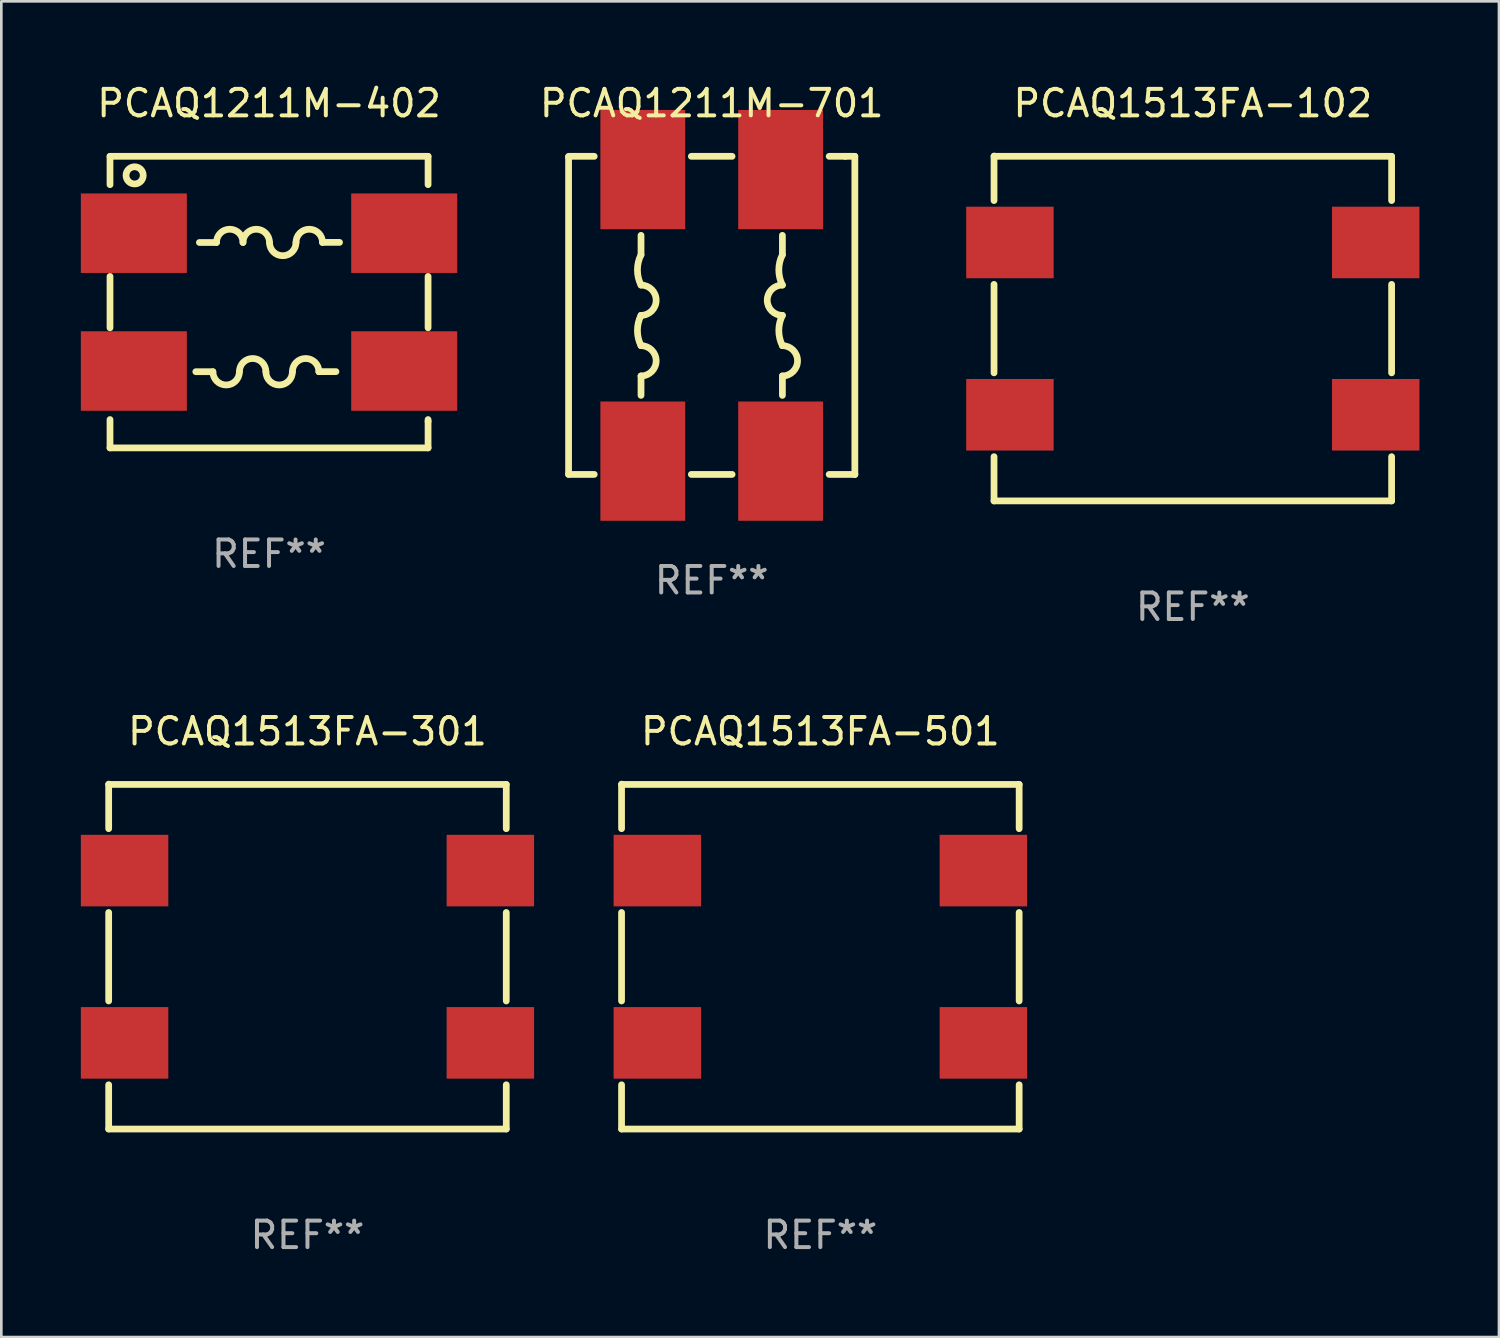
<source format=kicad_pcb>
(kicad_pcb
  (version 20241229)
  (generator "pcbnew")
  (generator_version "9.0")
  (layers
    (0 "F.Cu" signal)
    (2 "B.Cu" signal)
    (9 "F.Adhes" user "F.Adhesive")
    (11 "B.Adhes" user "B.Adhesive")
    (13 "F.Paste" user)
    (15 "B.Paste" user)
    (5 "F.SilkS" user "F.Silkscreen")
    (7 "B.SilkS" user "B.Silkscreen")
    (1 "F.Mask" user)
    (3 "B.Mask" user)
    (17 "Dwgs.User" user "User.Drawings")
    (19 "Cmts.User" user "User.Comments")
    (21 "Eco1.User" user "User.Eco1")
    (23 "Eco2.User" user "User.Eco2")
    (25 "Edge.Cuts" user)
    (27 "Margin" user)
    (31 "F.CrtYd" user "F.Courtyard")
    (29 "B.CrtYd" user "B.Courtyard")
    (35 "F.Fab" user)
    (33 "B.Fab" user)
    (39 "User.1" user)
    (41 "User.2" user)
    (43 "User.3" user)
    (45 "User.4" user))
  (footprint "PCAQ1513FA-301"
    (layer "F.Cu")
    (at 8.55 33.045)
    (property "Reference" "PCAQ1513FA-301" (at 0 -8.5 0) (layer "F.SilkS") (effects (font (size 1 1) (thickness 0.15))))
    (attr through_hole)
    (fp_line (start -7.5 -6.5) (end 7.5 -6.5) (stroke (width 0.254) (type solid)) (layer "F.SilkS"))
    (fp_line (start -7.5 -4.831) (end -7.5 -6.5) (stroke (width 0.254) (type solid)) (layer "F.SilkS"))
    (fp_line (start -7.5 1.669) (end -7.5 -1.669) (stroke (width 0.254) (type solid)) (layer "F.SilkS"))
    (fp_line (start -7.5 6.5) (end -7.5 4.831) (stroke (width 0.254) (type solid)) (layer "F.SilkS"))
    (fp_line (start 7.5 -6.5) (end 7.5 -4.831) (stroke (width 0.254) (type solid)) (layer "F.SilkS"))
    (fp_line (start 7.5 -1.669) (end 7.5 1.669) (stroke (width 0.254) (type solid)) (layer "F.SilkS"))
    (fp_line (start 7.5 4.831) (end 7.5 6.5) (stroke (width 0.254) (type solid)) (layer "F.SilkS"))
    (fp_line (start 7.5 6.5) (end -7.5 6.5) (stroke (width 0.254) (type solid)) (layer "F.SilkS"))
    (fp_circle (center -7.493 -6.52) (end -7.433 -6.52) (stroke (width 0.12) (type solid)) (fill no) (layer "F.SilkS"))
    (fp_text user "REF**" (at 0 10.5 0) (layer "F.Fab") (effects (font (size 1 1) (thickness 0.15))))
    (pad "1" smd rect (at -6.9 -3.25) (size 3.3 2.7) (layers "F.Cu" "F.Mask" "F.Paste"))
    (pad "2" smd rect (at -6.9 3.25) (size 3.3 2.7) (layers "F.Cu" "F.Mask" "F.Paste"))
    (pad "3" smd rect (at 6.9 3.25) (size 3.3 2.7) (layers "F.Cu" "F.Mask" "F.Paste"))
    (pad "4" smd rect (at 6.9 -3.25) (size 3.3 2.7) (layers "F.Cu" "F.Mask" "F.Paste")))
  (footprint "PCAQ1211M-701"
    (layer "F.Cu")
    (at 23.801 8.848)
    (property "Reference" "PCAQ1211M-701" (at 0 -8 0) (layer "F.SilkS") (effects (font (size 1 1) (thickness 0.15))))
    (attr through_hole)
    (fp_line (start -5.4 -5.97) (end -5.38 -5.99) (stroke (width 0.254) (type solid)) (layer "F.SilkS"))
    (fp_line (start -5.4 6) (end -5.4 -5.97) (stroke (width 0.254) (type solid)) (layer "F.SilkS"))
    (fp_line (start -5.4 6) (end -4.432 6) (stroke (width 0.254) (type solid)) (layer "F.SilkS"))
    (fp_line (start -4.432 -6) (end -5.4 -6) (stroke (width 0.254) (type solid)) (layer "F.SilkS"))
    (fp_line (start -2.667 -2.286) (end -2.667 -3.019) (stroke (width 0.254) (type solid)) (layer "F.SilkS"))
    (fp_line (start -2.667 2.286) (end -2.667 3.019) (stroke (width 0.254) (type solid)) (layer "F.SilkS"))
    (fp_line (start -0.769 6) (end 0.769 6) (stroke (width 0.254) (type solid)) (layer "F.SilkS"))
    (fp_line (start 0.768 -6) (end -0.769 -6) (stroke (width 0.254) (type solid)) (layer "F.SilkS"))
    (fp_line (start 2.667 -2.286) (end 2.667 -3.019) (stroke (width 0.254) (type solid)) (layer "F.SilkS"))
    (fp_line (start 2.667 2.286) (end 2.667 3.019) (stroke (width 0.254) (type solid)) (layer "F.SilkS"))
    (fp_line (start 4.431 6) (end 5.4 6) (stroke (width 0.254) (type solid)) (layer "F.SilkS"))
    (fp_line (start 5.037 -6) (end 4.431 -6) (stroke (width 0.254) (type solid)) (layer "F.SilkS"))
    (fp_line (start 5.037 -6) (end 5.4 -6) (stroke (width 0.254) (type solid)) (layer "F.SilkS"))
    (fp_line (start 5.4 6) (end 5.4 5.999) (stroke (width 0.254) (type solid)) (layer "F.SilkS"))
    (fp_line (start 5.4 -6) (end 5.4 5.999) (stroke (width 0.254) (type solid)) (layer "F.SilkS"))
    (fp_arc (start -2.667412 -1.143129) (mid -2.802325 -1.71463) (end -2.667412 -2.286132) (stroke (width 0.254001) (type solid)) (layer "F.SilkS"))
    (fp_arc (start -2.667412 1.14285) (mid -2.802317 0.571374) (end -2.667412 -0.000102) (stroke (width 0.254001) (type solid)) (layer "F.SilkS"))
    (fp_arc (start -2.667411 -1.143128) (mid -2.095911 -0.571614) (end -2.667412 -0.000102) (stroke (width 0.254001) (type solid)) (layer "F.SilkS"))
    (fp_arc (start -2.667411 1.14285) (mid -2.09591 1.714365) (end -2.667412 2.285878) (stroke (width 0.254001) (type solid)) (layer "F.SilkS"))
    (fp_arc (start 2.666598 -1.14313) (mid 2.531685 -1.714631) (end 2.666599 -2.286132) (stroke (width 0.254001) (type solid)) (layer "F.SilkS"))
    (fp_arc (start 2.666599 -0.000127) (mid 2.095098 -0.571628) (end 2.666599 -1.143129) (stroke (width 0.254001) (type solid)) (layer "F.SilkS"))
    (fp_arc (start 2.666599 1.142874) (mid 3.238101 1.714376) (end 2.666599 2.285878) (stroke (width 0.254001) (type solid)) (layer "F.SilkS"))
    (fp_arc (start 2.666599 1.142875) (mid 2.531686 0.571374) (end 2.666599 -0.000127) (stroke (width 0.254001) (type solid)) (layer "F.SilkS"))
    (fp_circle (center -5.4 6) (end -5.37 6) (stroke (width 0.06) (type solid)) (fill no) (layer "F.SilkS"))
    (fp_text user "REF**" (at 0 10 0) (layer "F.Fab") (effects (font (size 1 1) (thickness 0.15))))
    (pad "1" smd rect (at -2.6 5.5) (size 3.2 4.5) (layers "F.Cu" "F.Mask" "F.Paste"))
    (pad "2" smd rect (at 2.6 5.5) (size 3.2 4.5) (layers "F.Cu" "F.Mask" "F.Paste"))
    (pad "3" smd rect (at 2.6 -5.5) (size 3.2 4.5) (layers "F.Cu" "F.Mask" "F.Paste"))
    (pad "4" smd rect (at -2.6 -5.5) (size 3.2 4.5) (layers "F.Cu" "F.Mask" "F.Paste")))
  (footprint "PCAQ1513FA-501"
    (layer "F.Cu")
    (at 27.9 33.045)
    (property "Reference" "PCAQ1513FA-501" (at 0 -8.5 0) (layer "F.SilkS") (effects (font (size 1 1) (thickness 0.15))))
    (attr through_hole)
    (fp_line (start -7.5 -6.5) (end 7.5 -6.5) (stroke (width 0.254) (type solid)) (layer "F.SilkS"))
    (fp_line (start -7.5 -4.831) (end -7.5 -6.5) (stroke (width 0.254) (type solid)) (layer "F.SilkS"))
    (fp_line (start -7.5 1.669) (end -7.5 -1.669) (stroke (width 0.254) (type solid)) (layer "F.SilkS"))
    (fp_line (start -7.5 6.5) (end -7.5 4.831) (stroke (width 0.254) (type solid)) (layer "F.SilkS"))
    (fp_line (start 7.5 -6.5) (end 7.5 -4.831) (stroke (width 0.254) (type solid)) (layer "F.SilkS"))
    (fp_line (start 7.5 -1.669) (end 7.5 1.669) (stroke (width 0.254) (type solid)) (layer "F.SilkS"))
    (fp_line (start 7.5 4.831) (end 7.5 6.5) (stroke (width 0.254) (type solid)) (layer "F.SilkS"))
    (fp_line (start 7.5 6.5) (end -7.5 6.5) (stroke (width 0.254) (type solid)) (layer "F.SilkS"))
    (fp_circle (center -7.493 -6.52) (end -7.433 -6.52) (stroke (width 0.12) (type solid)) (fill no) (layer "F.SilkS"))
    (fp_text user "REF**" (at 0 10.5 0) (layer "F.Fab") (effects (font (size 1 1) (thickness 0.15))))
    (pad "1" smd rect (at -6.15 -3.25) (size 3.3 2.7) (layers "F.Cu" "F.Mask" "F.Paste"))
    (pad "2" smd rect (at -6.15 3.25) (size 3.3 2.7) (layers "F.Cu" "F.Mask" "F.Paste"))
    (pad "3" smd rect (at 6.15 3.25) (size 3.3 2.7) (layers "F.Cu" "F.Mask" "F.Paste"))
    (pad "4" smd rect (at 6.15 -3.25) (size 3.3 2.7) (layers "F.Cu" "F.Mask" "F.Paste")))
  (footprint "PCAQ1513FA-102"
    (layer "F.Cu")
    (at 41.952 9.348)
    (property "Reference" "PCAQ1513FA-102" (at 0 -8.5 0) (layer "F.SilkS") (effects (font (size 1 1) (thickness 0.15))))
    (attr through_hole)
    (fp_line (start -7.5 -6.5) (end 7.5 -6.5) (stroke (width 0.254) (type solid)) (layer "F.SilkS"))
    (fp_line (start -7.5 -4.831) (end -7.5 -6.5) (stroke (width 0.254) (type solid)) (layer "F.SilkS"))
    (fp_line (start -7.5 1.669) (end -7.5 -1.669) (stroke (width 0.254) (type solid)) (layer "F.SilkS"))
    (fp_line (start -7.5 6.5) (end -7.5 4.831) (stroke (width 0.254) (type solid)) (layer "F.SilkS"))
    (fp_line (start 7.5 -6.5) (end 7.5 -4.831) (stroke (width 0.254) (type solid)) (layer "F.SilkS"))
    (fp_line (start 7.5 -1.669) (end 7.5 1.669) (stroke (width 0.254) (type solid)) (layer "F.SilkS"))
    (fp_line (start 7.5 4.831) (end 7.5 6.5) (stroke (width 0.254) (type solid)) (layer "F.SilkS"))
    (fp_line (start 7.5 6.5) (end -7.5 6.5) (stroke (width 0.254) (type solid)) (layer "F.SilkS"))
    (fp_circle (center -7.493 -6.52) (end -7.433 -6.52) (stroke (width 0.12) (type solid)) (fill no) (layer "F.SilkS"))
    (fp_text user "REF**" (at 0 10.5 0) (layer "F.Fab") (effects (font (size 1 1) (thickness 0.15))))
    (pad "1" smd rect (at -6.9 -3.25) (size 3.3 2.7) (layers "F.Cu" "F.Mask" "F.Paste"))
    (pad "2" smd rect (at -6.9 3.25) (size 3.3 2.7) (layers "F.Cu" "F.Mask" "F.Paste"))
    (pad "3" smd rect (at 6.9 3.25) (size 3.3 2.7) (layers "F.Cu" "F.Mask" "F.Paste"))
    (pad "4" smd rect (at 6.9 -3.25) (size 3.3 2.7) (layers "F.Cu" "F.Mask" "F.Paste")))
  (footprint "PCAQ1211M-402"
    (layer "F.Cu")
    (at 7.1 8.348)
    (property "Reference" "PCAQ1211M-402" (at 0 -7.5 0) (layer "F.SilkS") (effects (font (size 1 1) (thickness 0.15))))
    (attr through_hole)
    (fp_line (start -6 -5.5) (end 6 -5.5) (stroke (width 0.254) (type solid)) (layer "F.SilkS"))
    (fp_line (start -6 -4.431) (end -6 -5.5) (stroke (width 0.254) (type solid)) (layer "F.SilkS"))
    (fp_line (start -6 0.969) (end -6 -0.969) (stroke (width 0.254) (type solid)) (layer "F.SilkS"))
    (fp_line (start -6 5.5) (end -6 4.431) (stroke (width 0.254) (type solid)) (layer "F.SilkS"))
    (fp_line (start -2.118 2.626) (end -2.763 2.626) (stroke (width 0.254) (type solid)) (layer "F.SilkS"))
    (fp_line (start -1.983 -2.25) (end -2.627 -2.25) (stroke (width 0.254) (type solid)) (layer "F.SilkS"))
    (fp_line (start 2.524 2.622) (end 1.88 2.622) (stroke (width 0.254) (type solid)) (layer "F.SilkS"))
    (fp_line (start 2.66 -2.254) (end 2.015 -2.254) (stroke (width 0.254) (type solid)) (layer "F.SilkS"))
    (fp_line (start 6 -5.5) (end 6 -4.431) (stroke (width 0.254) (type solid)) (layer "F.SilkS"))
    (fp_line (start 6 -0.969) (end 6 0.969) (stroke (width 0.254) (type solid)) (layer "F.SilkS"))
    (fp_line (start 6 4.431) (end 6 4.5) (stroke (width 0.254) (type solid)) (layer "F.SilkS"))
    (fp_line (start 6 4.5) (end 6 5.5) (stroke (width 0.254) (type solid)) (layer "F.SilkS"))
    (fp_line (start 6 5.5) (end -6 5.5) (stroke (width 0.254) (type solid)) (layer "F.SilkS"))
    (fp_arc (start -1.982588 -2.249975) (mid -1.482588 -2.749975) (end -0.982588 -2.249975) (stroke (width 0.254001) (type solid)) (layer "F.SilkS"))
    (fp_arc (start -1.118148 2.626454) (mid -1.618148 3.126454) (end -2.118148 2.626454) (stroke (width 0.254001) (type solid)) (layer "F.SilkS"))
    (fp_arc (start -1.118148 2.626454) (mid -0.618148 2.126454) (end -0.118148 2.626454) (stroke (width 0.254001) (type solid)) (layer "F.SilkS"))
    (fp_arc (start -0.982588 -2.249975) (mid -0.482588 -2.749975) (end 0.017412 -2.249975) (stroke (width 0.254001) (type solid)) (layer "F.SilkS"))
    (fp_arc (start 0.881852 2.626454) (mid 0.381852 3.126454) (end -0.118148 2.626454) (stroke (width 0.254001) (type solid)) (layer "F.SilkS"))
    (fp_arc (start 0.881852 2.626454) (mid 1.381852 2.126454) (end 1.881852 2.626454) (stroke (width 0.254001) (type solid)) (layer "F.SilkS"))
    (fp_arc (start 1.017412 -2.249975) (mid 0.517412 -1.749975) (end 0.017412 -2.249975) (stroke (width 0.254001) (type solid)) (layer "F.SilkS"))
    (fp_arc (start 1.017412 -2.249975) (mid 1.517412 -2.749975) (end 2.017412 -2.249975) (stroke (width 0.254001) (type solid)) (layer "F.SilkS"))
    (fp_circle (center -6 -5.4) (end -5.97 -5.4) (stroke (width 0.06) (type solid)) (fill no) (layer "F.SilkS"))
    (fp_circle (center -5.071 -4.782) (end -4.747 -4.782) (stroke (width 0.254) (type solid)) (fill no) (layer "F.SilkS"))
    (fp_text user "REF**" (at 0 9.5 0) (layer "F.Fab") (effects (font (size 1 1) (thickness 0.15))))
    (pad "1" smd rect (at -5.1 -2.6) (size 4 3) (layers "F.Cu" "F.Mask" "F.Paste"))
    (pad "2" smd rect (at -5.1 2.6) (size 4 3) (layers "F.Cu" "F.Mask" "F.Paste"))
    (pad "3" smd rect (at 5.1 2.6) (size 4 3) (layers "F.Cu" "F.Mask" "F.Paste"))
    (pad "4" smd rect (at 5.1 -2.6) (size 4 3) (layers "F.Cu" "F.Mask" "F.Paste")))
  (gr_rect
    (start -3 -3)
    (end 53.502 47.393)
    (stroke (width 0.1) (type default))
    (fill no)
    (layer "Edge.Cuts")))
</source>
